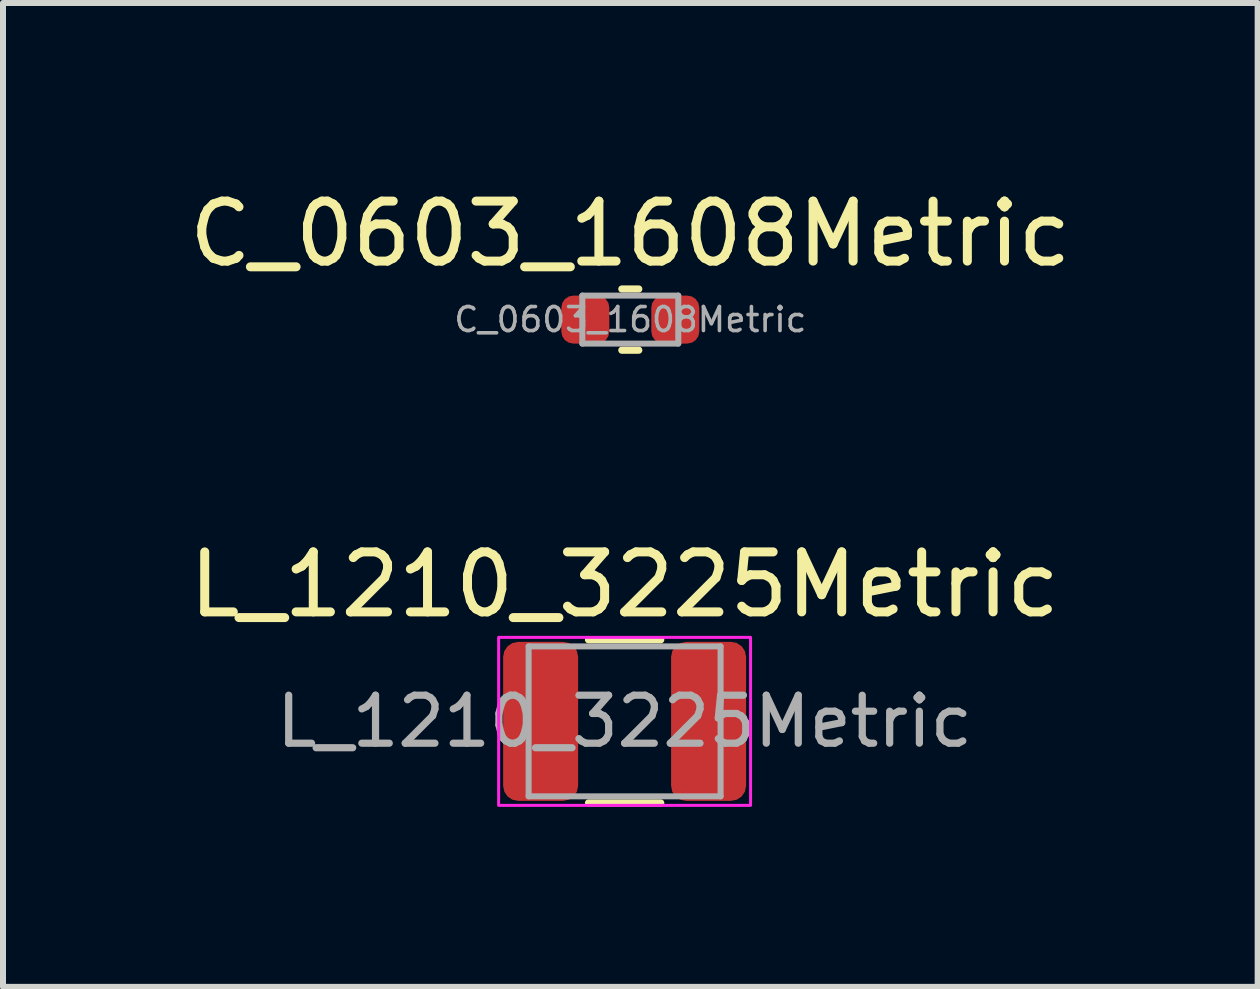
<source format=kicad_pcb>
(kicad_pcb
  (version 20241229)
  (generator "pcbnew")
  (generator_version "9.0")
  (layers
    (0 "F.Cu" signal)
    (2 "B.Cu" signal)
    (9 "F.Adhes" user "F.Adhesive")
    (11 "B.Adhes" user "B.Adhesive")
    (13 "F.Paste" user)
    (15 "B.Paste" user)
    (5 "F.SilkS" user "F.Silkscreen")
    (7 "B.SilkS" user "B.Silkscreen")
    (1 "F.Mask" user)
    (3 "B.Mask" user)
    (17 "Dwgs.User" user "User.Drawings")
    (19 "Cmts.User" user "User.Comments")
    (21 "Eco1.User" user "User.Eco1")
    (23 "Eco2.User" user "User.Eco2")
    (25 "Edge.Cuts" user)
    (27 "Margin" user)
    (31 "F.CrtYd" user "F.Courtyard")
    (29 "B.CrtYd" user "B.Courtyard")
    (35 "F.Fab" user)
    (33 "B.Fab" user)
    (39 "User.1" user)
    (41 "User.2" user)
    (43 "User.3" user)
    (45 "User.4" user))
  (footprint "C_0603_1608Metric"
    (layer "F.Cu")
    (at 7.458 2.278)
    (property "Reference" "C_0603_1608Metric" (at 0 -1.43 0) (layer "F.SilkS") (effects (font (size 1 1) (thickness 0.15))))
    (attr smd)
    (fp_line (start -0.141 -0.51) (end 0.141 -0.51) (stroke (width 0.12) (type solid)) (layer "F.SilkS"))
    (fp_line (start -0.141 0.51) (end 0.141 0.51) (stroke (width 0.12) (type solid)) (layer "F.SilkS"))
    (fp_line (start -0.8 -0.4) (end 0.8 -0.4) (stroke (width 0.1) (type solid)) (layer "F.Fab"))
    (fp_line (start -0.8 0.4) (end -0.8 -0.4) (stroke (width 0.1) (type solid)) (layer "F.Fab"))
    (fp_line (start 0.8 -0.4) (end 0.8 0.4) (stroke (width 0.1) (type solid)) (layer "F.Fab"))
    (fp_line (start 0.8 0.4) (end -0.8 0.4) (stroke (width 0.1) (type solid)) (layer "F.Fab"))
    (fp_text user "${REFERENCE}" (at 0 0 0) (layer "F.Fab") (effects (font (size 0.4 0.4) (thickness 0.06))))
    (pad "1" smd roundrect (at -0.75 0) (size 0.8 0.8) (layers "F.Cu" "F.Mask" "F.Paste") (roundrect_rratio 0.25))
    (pad "2" smd roundrect (at 0.75 0) (size 0.8 0.8) (layers "F.Cu" "F.Mask" "F.Paste") (roundrect_rratio 0.25)))
  (footprint "L_1210_3225Metric"
    (layer "F.Cu")
    (at 7.363 8.976)
    (property "Reference" "L_1210_3225Metric" (at 0 -2.28 0) (layer "F.SilkS") (effects (font (size 1 1) (thickness 0.15))))
    (attr smd)
    (fp_line (start -0.602 -1.36) (end 0.602 -1.36) (stroke (width 0.12) (type solid)) (layer "F.SilkS"))
    (fp_line (start -0.602 1.36) (end 0.602 1.36) (stroke (width 0.12) (type solid)) (layer "F.SilkS"))
    (fp_rect (start -2.1 -1.4) (end 2.1 1.4) (stroke (width 0.05) (type default)) (fill no) (layer "F.CrtYd"))
    (fp_line (start -1.6 -1.25) (end 1.6 -1.25) (stroke (width 0.1) (type solid)) (layer "F.Fab"))
    (fp_line (start -1.6 1.25) (end -1.6 -1.25) (stroke (width 0.1) (type solid)) (layer "F.Fab"))
    (fp_line (start 1.6 -1.25) (end 1.6 1.25) (stroke (width 0.1) (type solid)) (layer "F.Fab"))
    (fp_line (start 1.6 1.25) (end -1.6 1.25) (stroke (width 0.1) (type solid)) (layer "F.Fab"))
    (fp_text user "${REFERENCE}" (at 0 0 0) (layer "F.Fab") (effects (font (size 0.8 0.8) (thickness 0.12))))
    (pad "1" smd roundrect (at -1.4 0) (size 1.25 2.65) (layers "F.Cu" "F.Mask" "F.Paste") (roundrect_rratio 0.2))
    (pad "2" smd roundrect (at 1.4 0) (size 1.25 2.65) (layers "F.Cu" "F.Mask" "F.Paste") (roundrect_rratio 0.2)))
  (gr_rect
    (start -3 -3)
    (end 17.917 13.402)
    (stroke (width 0.1) (type default))
    (fill no)
    (layer "Edge.Cuts")))
</source>
